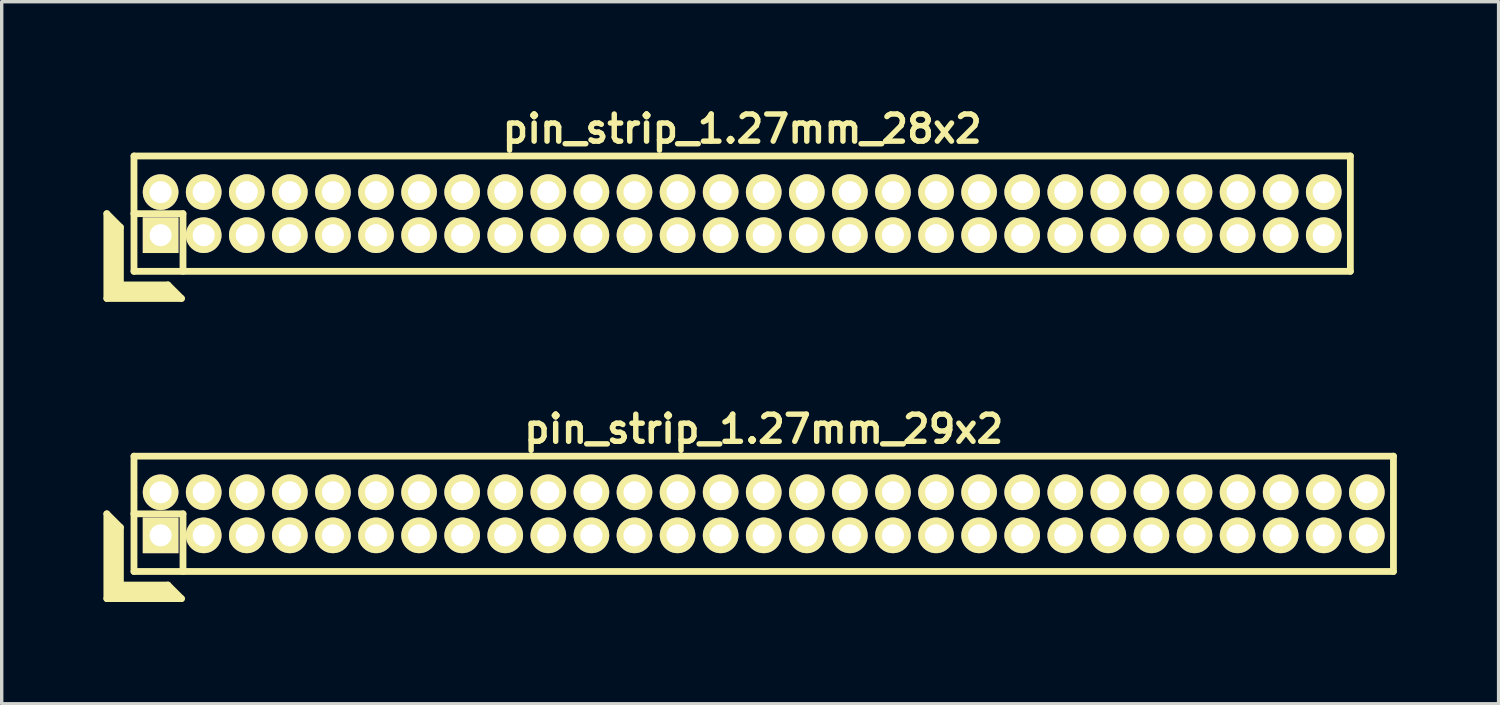
<source format=kicad_pcb>
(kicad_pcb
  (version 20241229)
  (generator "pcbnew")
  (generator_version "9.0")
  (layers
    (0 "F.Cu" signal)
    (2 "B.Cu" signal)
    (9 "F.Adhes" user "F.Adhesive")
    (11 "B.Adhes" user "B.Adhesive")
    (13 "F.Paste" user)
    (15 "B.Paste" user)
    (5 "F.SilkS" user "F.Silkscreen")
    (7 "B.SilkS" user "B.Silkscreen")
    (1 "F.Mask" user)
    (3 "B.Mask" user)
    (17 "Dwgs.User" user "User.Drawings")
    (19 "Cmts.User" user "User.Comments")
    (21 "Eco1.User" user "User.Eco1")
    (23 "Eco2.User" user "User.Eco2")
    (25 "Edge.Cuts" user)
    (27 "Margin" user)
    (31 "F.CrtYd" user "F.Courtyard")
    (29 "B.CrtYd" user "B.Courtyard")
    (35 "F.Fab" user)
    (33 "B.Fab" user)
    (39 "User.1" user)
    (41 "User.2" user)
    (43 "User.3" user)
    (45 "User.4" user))
  (footprint "pin_strip_1.27mm_28x2"
    (layer "F.Cu")
    (at 18.83 3.249)
    (property "Reference" "pin_strip_1.27mm_28x2" (at 0 -2.5 0) (layer "F.SilkS") (effects (font (size 0.8 0.8) (thickness 0.16))))
    (attr through_hole)
    (fp_line (start -18.73 0) (end -18.73 2.5) (stroke (width 0.2) (type solid)) (layer "F.SilkS"))
    (fp_line (start -18.73 0) (end -18.33 0.4) (stroke (width 0.2) (type solid)) (layer "F.SilkS"))
    (fp_line (start -18.73 2.5) (end -16.53 2.5) (stroke (width 0.2) (type solid)) (layer "F.SilkS"))
    (fp_line (start -18.63 2.4) (end -18.63 0.2) (stroke (width 0.2) (type solid)) (layer "F.SilkS"))
    (fp_line (start -18.63 2.4) (end -16.73 2.4) (stroke (width 0.2) (type solid)) (layer "F.SilkS"))
    (fp_line (start -18.53 2.3) (end -18.53 0.3) (stroke (width 0.2) (type solid)) (layer "F.SilkS"))
    (fp_line (start -18.53 2.3) (end -16.83 2.3) (stroke (width 0.2) (type solid)) (layer "F.SilkS"))
    (fp_line (start -18.43 2.2) (end -18.43 0.4) (stroke (width 0.2) (type solid)) (layer "F.SilkS"))
    (fp_line (start -18.43 2.2) (end -16.93 2.2) (stroke (width 0.2) (type solid)) (layer "F.SilkS"))
    (fp_line (start -18.33 2.1) (end -18.33 0.4) (stroke (width 0.2) (type solid)) (layer "F.SilkS"))
    (fp_line (start -18.33 2.1) (end -16.93 2.1) (stroke (width 0.2) (type solid)) (layer "F.SilkS"))
    (fp_line (start -17.935 0) (end -16.485 0) (stroke (width 0.2) (type solid)) (layer "F.SilkS"))
    (fp_line (start -17.93 -1.7) (end 17.93 -1.7) (stroke (width 0.2) (type solid)) (layer "F.SilkS"))
    (fp_line (start -17.93 1.7) (end -17.93 -1.7) (stroke (width 0.2) (type solid)) (layer "F.SilkS"))
    (fp_line (start -16.93 2.1) (end -16.53 2.5) (stroke (width 0.2) (type solid)) (layer "F.SilkS"))
    (fp_line (start -16.485 0) (end -16.485 1.7) (stroke (width 0.2) (type solid)) (layer "F.SilkS"))
    (fp_line (start 17.93 -1.7) (end 17.93 1.7) (stroke (width 0.2) (type solid)) (layer "F.SilkS"))
    (fp_line (start 17.93 1.7) (end -17.93 1.7) (stroke (width 0.2) (type solid)) (layer "F.SilkS"))
    (pad "1" thru_hole rect (at -17.145 0.635) (size 1.05 1.05) (drill 0.65) (layers "*.Cu" "*.Mask" "F.SilkS"))
    (pad "2" thru_hole oval (at -17.145 -0.635) (size 1.05 1.05) (drill 0.65) (layers "*.Cu" "*.Mask" "F.SilkS"))
    (pad "3" thru_hole oval (at -15.875 0.635) (size 1.05 1.05) (drill 0.65) (layers "*.Cu" "*.Mask" "F.SilkS"))
    (pad "4" thru_hole oval (at -15.875 -0.635) (size 1.05 1.05) (drill 0.65) (layers "*.Cu" "*.Mask" "F.SilkS"))
    (pad "5" thru_hole oval (at -14.605 0.635) (size 1.05 1.05) (drill 0.65) (layers "*.Cu" "*.Mask" "F.SilkS"))
    (pad "6" thru_hole oval (at -14.605 -0.635) (size 1.05 1.05) (drill 0.65) (layers "*.Cu" "*.Mask" "F.SilkS"))
    (pad "7" thru_hole oval (at -13.335 0.635) (size 1.05 1.05) (drill 0.65) (layers "*.Cu" "*.Mask" "F.SilkS"))
    (pad "8" thru_hole oval (at -13.335 -0.635) (size 1.05 1.05) (drill 0.65) (layers "*.Cu" "*.Mask" "F.SilkS"))
    (pad "9" thru_hole oval (at -12.065 0.635) (size 1.05 1.05) (drill 0.65) (layers "*.Cu" "*.Mask" "F.SilkS"))
    (pad "10" thru_hole oval (at -12.065 -0.635) (size 1.05 1.05) (drill 0.65) (layers "*.Cu" "*.Mask" "F.SilkS"))
    (pad "11" thru_hole oval (at -10.795 0.635) (size 1.05 1.05) (drill 0.65) (layers "*.Cu" "*.Mask" "F.SilkS"))
    (pad "12" thru_hole oval (at -10.795 -0.635) (size 1.05 1.05) (drill 0.65) (layers "*.Cu" "*.Mask" "F.SilkS"))
    (pad "13" thru_hole oval (at -9.525 0.635) (size 1.05 1.05) (drill 0.65) (layers "*.Cu" "*.Mask" "F.SilkS"))
    (pad "14" thru_hole oval (at -9.525 -0.635) (size 1.05 1.05) (drill 0.65) (layers "*.Cu" "*.Mask" "F.SilkS"))
    (pad "15" thru_hole oval (at -8.255 0.635) (size 1.05 1.05) (drill 0.65) (layers "*.Cu" "*.Mask" "F.SilkS"))
    (pad "16" thru_hole oval (at -8.255 -0.635) (size 1.05 1.05) (drill 0.65) (layers "*.Cu" "*.Mask" "F.SilkS"))
    (pad "17" thru_hole oval (at -6.985 0.635) (size 1.05 1.05) (drill 0.65) (layers "*.Cu" "*.Mask" "F.SilkS"))
    (pad "18" thru_hole oval (at -6.985 -0.635) (size 1.05 1.05) (drill 0.65) (layers "*.Cu" "*.Mask" "F.SilkS"))
    (pad "19" thru_hole oval (at -5.715 0.635) (size 1.05 1.05) (drill 0.65) (layers "*.Cu" "*.Mask" "F.SilkS"))
    (pad "20" thru_hole oval (at -5.715 -0.635) (size 1.05 1.05) (drill 0.65) (layers "*.Cu" "*.Mask" "F.SilkS"))
    (pad "21" thru_hole oval (at -4.445 0.635) (size 1.05 1.05) (drill 0.65) (layers "*.Cu" "*.Mask" "F.SilkS"))
    (pad "22" thru_hole oval (at -4.445 -0.635) (size 1.05 1.05) (drill 0.65) (layers "*.Cu" "*.Mask" "F.SilkS"))
    (pad "23" thru_hole oval (at -3.175 0.635) (size 1.05 1.05) (drill 0.65) (layers "*.Cu" "*.Mask" "F.SilkS"))
    (pad "24" thru_hole oval (at -3.175 -0.635) (size 1.05 1.05) (drill 0.65) (layers "*.Cu" "*.Mask" "F.SilkS"))
    (pad "25" thru_hole oval (at -1.905 0.635) (size 1.05 1.05) (drill 0.65) (layers "*.Cu" "*.Mask" "F.SilkS"))
    (pad "26" thru_hole oval (at -1.905 -0.635) (size 1.05 1.05) (drill 0.65) (layers "*.Cu" "*.Mask" "F.SilkS"))
    (pad "27" thru_hole oval (at -0.635 0.635) (size 1.05 1.05) (drill 0.65) (layers "*.Cu" "*.Mask" "F.SilkS"))
    (pad "28" thru_hole oval (at -0.635 -0.635) (size 1.05 1.05) (drill 0.65) (layers "*.Cu" "*.Mask" "F.SilkS"))
    (pad "29" thru_hole oval (at 0.635 0.635) (size 1.05 1.05) (drill 0.65) (layers "*.Cu" "*.Mask" "F.SilkS"))
    (pad "30" thru_hole oval (at 0.635 -0.635) (size 1.05 1.05) (drill 0.65) (layers "*.Cu" "*.Mask" "F.SilkS"))
    (pad "31" thru_hole oval (at 1.905 0.635) (size 1.05 1.05) (drill 0.65) (layers "*.Cu" "*.Mask" "F.SilkS"))
    (pad "32" thru_hole oval (at 1.905 -0.635) (size 1.05 1.05) (drill 0.65) (layers "*.Cu" "*.Mask" "F.SilkS"))
    (pad "33" thru_hole oval (at 3.175 0.635) (size 1.05 1.05) (drill 0.65) (layers "*.Cu" "*.Mask" "F.SilkS"))
    (pad "34" thru_hole oval (at 3.175 -0.635) (size 1.05 1.05) (drill 0.65) (layers "*.Cu" "*.Mask" "F.SilkS"))
    (pad "35" thru_hole oval (at 4.445 0.635) (size 1.05 1.05) (drill 0.65) (layers "*.Cu" "*.Mask" "F.SilkS"))
    (pad "36" thru_hole oval (at 4.445 -0.635) (size 1.05 1.05) (drill 0.65) (layers "*.Cu" "*.Mask" "F.SilkS"))
    (pad "37" thru_hole oval (at 5.715 0.635) (size 1.05 1.05) (drill 0.65) (layers "*.Cu" "*.Mask" "F.SilkS"))
    (pad "38" thru_hole oval (at 5.715 -0.635) (size 1.05 1.05) (drill 0.65) (layers "*.Cu" "*.Mask" "F.SilkS"))
    (pad "39" thru_hole oval (at 6.985 0.635) (size 1.05 1.05) (drill 0.65) (layers "*.Cu" "*.Mask" "F.SilkS"))
    (pad "40" thru_hole oval (at 6.985 -0.635) (size 1.05 1.05) (drill 0.65) (layers "*.Cu" "*.Mask" "F.SilkS"))
    (pad "41" thru_hole oval (at 8.255 0.635) (size 1.05 1.05) (drill 0.65) (layers "*.Cu" "*.Mask" "F.SilkS"))
    (pad "42" thru_hole oval (at 8.255 -0.635) (size 1.05 1.05) (drill 0.65) (layers "*.Cu" "*.Mask" "F.SilkS"))
    (pad "43" thru_hole oval (at 9.525 0.635) (size 1.05 1.05) (drill 0.65) (layers "*.Cu" "*.Mask" "F.SilkS"))
    (pad "44" thru_hole oval (at 9.525 -0.635) (size 1.05 1.05) (drill 0.65) (layers "*.Cu" "*.Mask" "F.SilkS"))
    (pad "45" thru_hole oval (at 10.795 0.635) (size 1.05 1.05) (drill 0.65) (layers "*.Cu" "*.Mask" "F.SilkS"))
    (pad "46" thru_hole oval (at 10.795 -0.635) (size 1.05 1.05) (drill 0.65) (layers "*.Cu" "*.Mask" "F.SilkS"))
    (pad "47" thru_hole oval (at 12.065 0.635) (size 1.05 1.05) (drill 0.65) (layers "*.Cu" "*.Mask" "F.SilkS"))
    (pad "48" thru_hole oval (at 12.065 -0.635) (size 1.05 1.05) (drill 0.65) (layers "*.Cu" "*.Mask" "F.SilkS"))
    (pad "49" thru_hole oval (at 13.335 0.635) (size 1.05 1.05) (drill 0.65) (layers "*.Cu" "*.Mask" "F.SilkS"))
    (pad "50" thru_hole oval (at 13.335 -0.635) (size 1.05 1.05) (drill 0.65) (layers "*.Cu" "*.Mask" "F.SilkS"))
    (pad "51" thru_hole circle (at 14.605 0.635) (size 1.05 1.05) (drill 0.65) (layers "*.Cu" "*.Mask" "F.SilkS"))
    (pad "52" thru_hole oval (at 14.605 -0.635) (size 1.05 1.05) (drill 0.65) (layers "*.Cu" "*.Mask" "F.SilkS"))
    (pad "53" thru_hole oval (at 15.875 0.635) (size 1.05 1.05) (drill 0.65) (layers "*.Cu" "*.Mask" "F.SilkS"))
    (pad "54" thru_hole oval (at 15.875 -0.635) (size 1.05 1.05) (drill 0.65) (layers "*.Cu" "*.Mask" "F.SilkS"))
    (pad "55" thru_hole oval (at 17.145 0.635) (size 1.05 1.05) (drill 0.65) (layers "*.Cu" "*.Mask" "F.SilkS"))
    (pad "56" thru_hole oval (at 17.145 -0.635) (size 1.05 1.05) (drill 0.65) (layers "*.Cu" "*.Mask" "F.SilkS")))
  (footprint "pin_strip_1.27mm_29x2"
    (layer "F.Cu")
    (at 19.465 12.098)
    (property "Reference" "pin_strip_1.27mm_29x2" (at 0 -2.5 0) (layer "F.SilkS") (effects (font (size 0.8 0.8) (thickness 0.16))))
    (attr through_hole)
    (fp_line (start -19.365 0) (end -19.365 2.5) (stroke (width 0.2) (type solid)) (layer "F.SilkS"))
    (fp_line (start -19.365 0) (end -18.965 0.4) (stroke (width 0.2) (type solid)) (layer "F.SilkS"))
    (fp_line (start -19.365 2.5) (end -17.165 2.5) (stroke (width 0.2) (type solid)) (layer "F.SilkS"))
    (fp_line (start -19.265 2.4) (end -19.265 0.2) (stroke (width 0.2) (type solid)) (layer "F.SilkS"))
    (fp_line (start -19.265 2.4) (end -17.365 2.4) (stroke (width 0.2) (type solid)) (layer "F.SilkS"))
    (fp_line (start -19.165 2.3) (end -19.165 0.3) (stroke (width 0.2) (type solid)) (layer "F.SilkS"))
    (fp_line (start -19.165 2.3) (end -17.465 2.3) (stroke (width 0.2) (type solid)) (layer "F.SilkS"))
    (fp_line (start -19.065 2.2) (end -19.065 0.4) (stroke (width 0.2) (type solid)) (layer "F.SilkS"))
    (fp_line (start -19.065 2.2) (end -17.565 2.2) (stroke (width 0.2) (type solid)) (layer "F.SilkS"))
    (fp_line (start -18.965 2.1) (end -18.965 0.4) (stroke (width 0.2) (type solid)) (layer "F.SilkS"))
    (fp_line (start -18.965 2.1) (end -17.565 2.1) (stroke (width 0.2) (type solid)) (layer "F.SilkS"))
    (fp_line (start -18.57 0) (end -17.12 0) (stroke (width 0.2) (type solid)) (layer "F.SilkS"))
    (fp_line (start -18.565 -1.7) (end 18.565 -1.7) (stroke (width 0.2) (type solid)) (layer "F.SilkS"))
    (fp_line (start -18.565 1.7) (end -18.565 -1.7) (stroke (width 0.2) (type solid)) (layer "F.SilkS"))
    (fp_line (start -17.565 2.1) (end -17.165 2.5) (stroke (width 0.2) (type solid)) (layer "F.SilkS"))
    (fp_line (start -17.12 0) (end -17.12 1.7) (stroke (width 0.2) (type solid)) (layer "F.SilkS"))
    (fp_line (start 18.565 -1.7) (end 18.565 1.7) (stroke (width 0.2) (type solid)) (layer "F.SilkS"))
    (fp_line (start 18.565 1.7) (end -18.565 1.7) (stroke (width 0.2) (type solid)) (layer "F.SilkS"))
    (pad "1" thru_hole rect (at -17.78 0.635) (size 1.05 1.05) (drill 0.65) (layers "*.Cu" "*.Mask" "F.SilkS"))
    (pad "2" thru_hole oval (at -17.78 -0.635) (size 1.05 1.05) (drill 0.65) (layers "*.Cu" "*.Mask" "F.SilkS"))
    (pad "3" thru_hole oval (at -16.51 0.635) (size 1.05 1.05) (drill 0.65) (layers "*.Cu" "*.Mask" "F.SilkS"))
    (pad "4" thru_hole oval (at -16.51 -0.635) (size 1.05 1.05) (drill 0.65) (layers "*.Cu" "*.Mask" "F.SilkS"))
    (pad "5" thru_hole oval (at -15.24 0.635) (size 1.05 1.05) (drill 0.65) (layers "*.Cu" "*.Mask" "F.SilkS"))
    (pad "6" thru_hole oval (at -15.24 -0.635) (size 1.05 1.05) (drill 0.65) (layers "*.Cu" "*.Mask" "F.SilkS"))
    (pad "7" thru_hole oval (at -13.97 0.635) (size 1.05 1.05) (drill 0.65) (layers "*.Cu" "*.Mask" "F.SilkS"))
    (pad "8" thru_hole oval (at -13.97 -0.635) (size 1.05 1.05) (drill 0.65) (layers "*.Cu" "*.Mask" "F.SilkS"))
    (pad "9" thru_hole oval (at -12.7 0.635) (size 1.05 1.05) (drill 0.65) (layers "*.Cu" "*.Mask" "F.SilkS"))
    (pad "10" thru_hole oval (at -12.7 -0.635) (size 1.05 1.05) (drill 0.65) (layers "*.Cu" "*.Mask" "F.SilkS"))
    (pad "11" thru_hole oval (at -11.43 0.635) (size 1.05 1.05) (drill 0.65) (layers "*.Cu" "*.Mask" "F.SilkS"))
    (pad "12" thru_hole oval (at -11.43 -0.635) (size 1.05 1.05) (drill 0.65) (layers "*.Cu" "*.Mask" "F.SilkS"))
    (pad "13" thru_hole oval (at -10.16 0.635) (size 1.05 1.05) (drill 0.65) (layers "*.Cu" "*.Mask" "F.SilkS"))
    (pad "14" thru_hole oval (at -10.16 -0.635) (size 1.05 1.05) (drill 0.65) (layers "*.Cu" "*.Mask" "F.SilkS"))
    (pad "15" thru_hole oval (at -8.89 0.635) (size 1.05 1.05) (drill 0.65) (layers "*.Cu" "*.Mask" "F.SilkS"))
    (pad "16" thru_hole oval (at -8.89 -0.635) (size 1.05 1.05) (drill 0.65) (layers "*.Cu" "*.Mask" "F.SilkS"))
    (pad "17" thru_hole oval (at -7.62 0.635) (size 1.05 1.05) (drill 0.65) (layers "*.Cu" "*.Mask" "F.SilkS"))
    (pad "18" thru_hole oval (at -7.62 -0.635) (size 1.05 1.05) (drill 0.65) (layers "*.Cu" "*.Mask" "F.SilkS"))
    (pad "19" thru_hole oval (at -6.35 0.635) (size 1.05 1.05) (drill 0.65) (layers "*.Cu" "*.Mask" "F.SilkS"))
    (pad "20" thru_hole oval (at -6.35 -0.635) (size 1.05 1.05) (drill 0.65) (layers "*.Cu" "*.Mask" "F.SilkS"))
    (pad "21" thru_hole oval (at -5.08 0.635) (size 1.05 1.05) (drill 0.65) (layers "*.Cu" "*.Mask" "F.SilkS"))
    (pad "22" thru_hole oval (at -5.08 -0.635) (size 1.05 1.05) (drill 0.65) (layers "*.Cu" "*.Mask" "F.SilkS"))
    (pad "23" thru_hole oval (at -3.81 0.635) (size 1.05 1.05) (drill 0.65) (layers "*.Cu" "*.Mask" "F.SilkS"))
    (pad "24" thru_hole oval (at -3.81 -0.635) (size 1.05 1.05) (drill 0.65) (layers "*.Cu" "*.Mask" "F.SilkS"))
    (pad "25" thru_hole oval (at -2.54 0.635) (size 1.05 1.05) (drill 0.65) (layers "*.Cu" "*.Mask" "F.SilkS"))
    (pad "26" thru_hole oval (at -2.54 -0.635) (size 1.05 1.05) (drill 0.65) (layers "*.Cu" "*.Mask" "F.SilkS"))
    (pad "27" thru_hole oval (at -1.27 0.635) (size 1.05 1.05) (drill 0.65) (layers "*.Cu" "*.Mask" "F.SilkS"))
    (pad "28" thru_hole oval (at -1.27 -0.635) (size 1.05 1.05) (drill 0.65) (layers "*.Cu" "*.Mask" "F.SilkS"))
    (pad "29" thru_hole oval (at 0 0.635) (size 1.05 1.05) (drill 0.65) (layers "*.Cu" "*.Mask" "F.SilkS"))
    (pad "30" thru_hole oval (at 0 -0.635) (size 1.05 1.05) (drill 0.65) (layers "*.Cu" "*.Mask" "F.SilkS"))
    (pad "31" thru_hole oval (at 1.27 0.635) (size 1.05 1.05) (drill 0.65) (layers "*.Cu" "*.Mask" "F.SilkS"))
    (pad "32" thru_hole oval (at 1.27 -0.635) (size 1.05 1.05) (drill 0.65) (layers "*.Cu" "*.Mask" "F.SilkS"))
    (pad "33" thru_hole oval (at 2.54 0.635) (size 1.05 1.05) (drill 0.65) (layers "*.Cu" "*.Mask" "F.SilkS"))
    (pad "34" thru_hole oval (at 2.54 -0.635) (size 1.05 1.05) (drill 0.65) (layers "*.Cu" "*.Mask" "F.SilkS"))
    (pad "35" thru_hole oval (at 3.81 0.635) (size 1.05 1.05) (drill 0.65) (layers "*.Cu" "*.Mask" "F.SilkS"))
    (pad "36" thru_hole oval (at 3.81 -0.635) (size 1.05 1.05) (drill 0.65) (layers "*.Cu" "*.Mask" "F.SilkS"))
    (pad "37" thru_hole oval (at 5.08 0.635) (size 1.05 1.05) (drill 0.65) (layers "*.Cu" "*.Mask" "F.SilkS"))
    (pad "38" thru_hole oval (at 5.08 -0.635) (size 1.05 1.05) (drill 0.65) (layers "*.Cu" "*.Mask" "F.SilkS"))
    (pad "39" thru_hole oval (at 6.35 0.635) (size 1.05 1.05) (drill 0.65) (layers "*.Cu" "*.Mask" "F.SilkS"))
    (pad "40" thru_hole oval (at 6.35 -0.635) (size 1.05 1.05) (drill 0.65) (layers "*.Cu" "*.Mask" "F.SilkS"))
    (pad "41" thru_hole oval (at 7.62 0.635) (size 1.05 1.05) (drill 0.65) (layers "*.Cu" "*.Mask" "F.SilkS"))
    (pad "42" thru_hole oval (at 7.62 -0.635) (size 1.05 1.05) (drill 0.65) (layers "*.Cu" "*.Mask" "F.SilkS"))
    (pad "43" thru_hole oval (at 8.89 0.635) (size 1.05 1.05) (drill 0.65) (layers "*.Cu" "*.Mask" "F.SilkS"))
    (pad "44" thru_hole oval (at 8.89 -0.635) (size 1.05 1.05) (drill 0.65) (layers "*.Cu" "*.Mask" "F.SilkS"))
    (pad "45" thru_hole oval (at 10.16 0.635) (size 1.05 1.05) (drill 0.65) (layers "*.Cu" "*.Mask" "F.SilkS"))
    (pad "46" thru_hole oval (at 10.16 -0.635) (size 1.05 1.05) (drill 0.65) (layers "*.Cu" "*.Mask" "F.SilkS"))
    (pad "47" thru_hole oval (at 11.43 0.635) (size 1.05 1.05) (drill 0.65) (layers "*.Cu" "*.Mask" "F.SilkS"))
    (pad "48" thru_hole oval (at 11.43 -0.635) (size 1.05 1.05) (drill 0.65) (layers "*.Cu" "*.Mask" "F.SilkS"))
    (pad "49" thru_hole oval (at 12.7 0.635) (size 1.05 1.05) (drill 0.65) (layers "*.Cu" "*.Mask" "F.SilkS"))
    (pad "50" thru_hole oval (at 12.7 -0.635) (size 1.05 1.05) (drill 0.65) (layers "*.Cu" "*.Mask" "F.SilkS"))
    (pad "51" thru_hole circle (at 13.97 0.635) (size 1.05 1.05) (drill 0.65) (layers "*.Cu" "*.Mask" "F.SilkS"))
    (pad "52" thru_hole oval (at 13.97 -0.635) (size 1.05 1.05) (drill 0.65) (layers "*.Cu" "*.Mask" "F.SilkS"))
    (pad "53" thru_hole oval (at 15.24 0.635) (size 1.05 1.05) (drill 0.65) (layers "*.Cu" "*.Mask" "F.SilkS"))
    (pad "54" thru_hole oval (at 15.24 -0.635) (size 1.05 1.05) (drill 0.65) (layers "*.Cu" "*.Mask" "F.SilkS"))
    (pad "55" thru_hole oval (at 16.51 0.635) (size 1.05 1.05) (drill 0.65) (layers "*.Cu" "*.Mask" "F.SilkS"))
    (pad "56" thru_hole oval (at 16.51 -0.635) (size 1.05 1.05) (drill 0.65) (layers "*.Cu" "*.Mask" "F.SilkS"))
    (pad "57" thru_hole oval (at 17.78 0.635) (size 1.05 1.05) (drill 0.65) (layers "*.Cu" "*.Mask" "F.SilkS"))
    (pad "58" thru_hole oval (at 17.78 -0.635) (size 1.05 1.05) (drill 0.65) (layers "*.Cu" "*.Mask" "F.SilkS")))
  (gr_rect
    (start -3 -3)
    (end 41.13 17.698)
    (stroke (width 0.1) (type default))
    (fill no)
    (layer "Edge.Cuts")))
</source>
